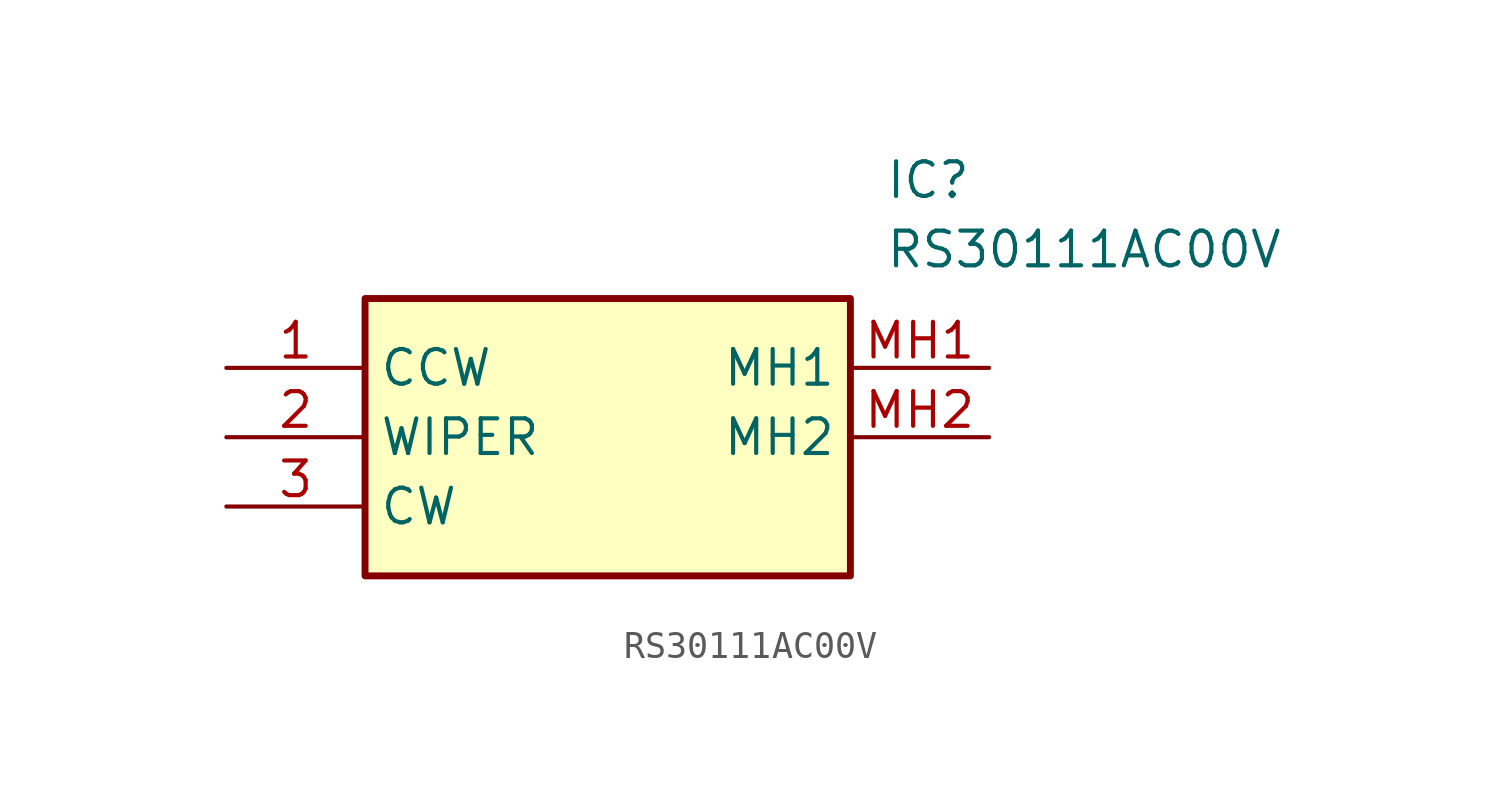
<source format=kicad_sym>
(kicad_symbol_lib
  (version 20211014)
  (generator SamacSys_ECAD_Model)
  (symbol "RS30111AC00V"
    (property "Reference" "IC"
      (at 24.13 7.62 0)
      (effects (font (size 1.27 1.27)) (justify left top)))
    (property "Value" "RS30111AC00V"
      (at 24.13 5.08 0)
      (effects (font (size 1.27 1.27)) (justify left top)))
    (rectangle
      (start 5.08 2.54)
      (end 22.86 -7.62)
      (stroke (width 0.254) (type default))
      (fill (type background)))
    (pin passive line
      (at 0 0 0)
      (length 5.08)
      (name "CCW" (effects (font (size 1.27 1.27))))
      (number "1" (effects (font (size 1.27 1.27)))))
    (pin passive line
      (at 0 -2.54 0)
      (length 5.08)
      (name "WIPER" (effects (font (size 1.27 1.27))))
      (number "2" (effects (font (size 1.27 1.27)))))
    (pin passive line
      (at 0 -5.08 0)
      (length 5.08)
      (name "CW" (effects (font (size 1.27 1.27))))
      (number "3" (effects (font (size 1.27 1.27)))))
    (pin passive line
      (at 27.94 0 180)
      (length 5.08)
      (name "MH1" (effects (font (size 1.27 1.27))))
      (number "MH1" (effects (font (size 1.27 1.27)))))
    (pin passive line
      (at 27.94 -2.54 180)
      (length 5.08)
      (name "MH2" (effects (font (size 1.27 1.27))))
      (number "MH2" (effects (font (size 1.27 1.27)))))))
</source>
